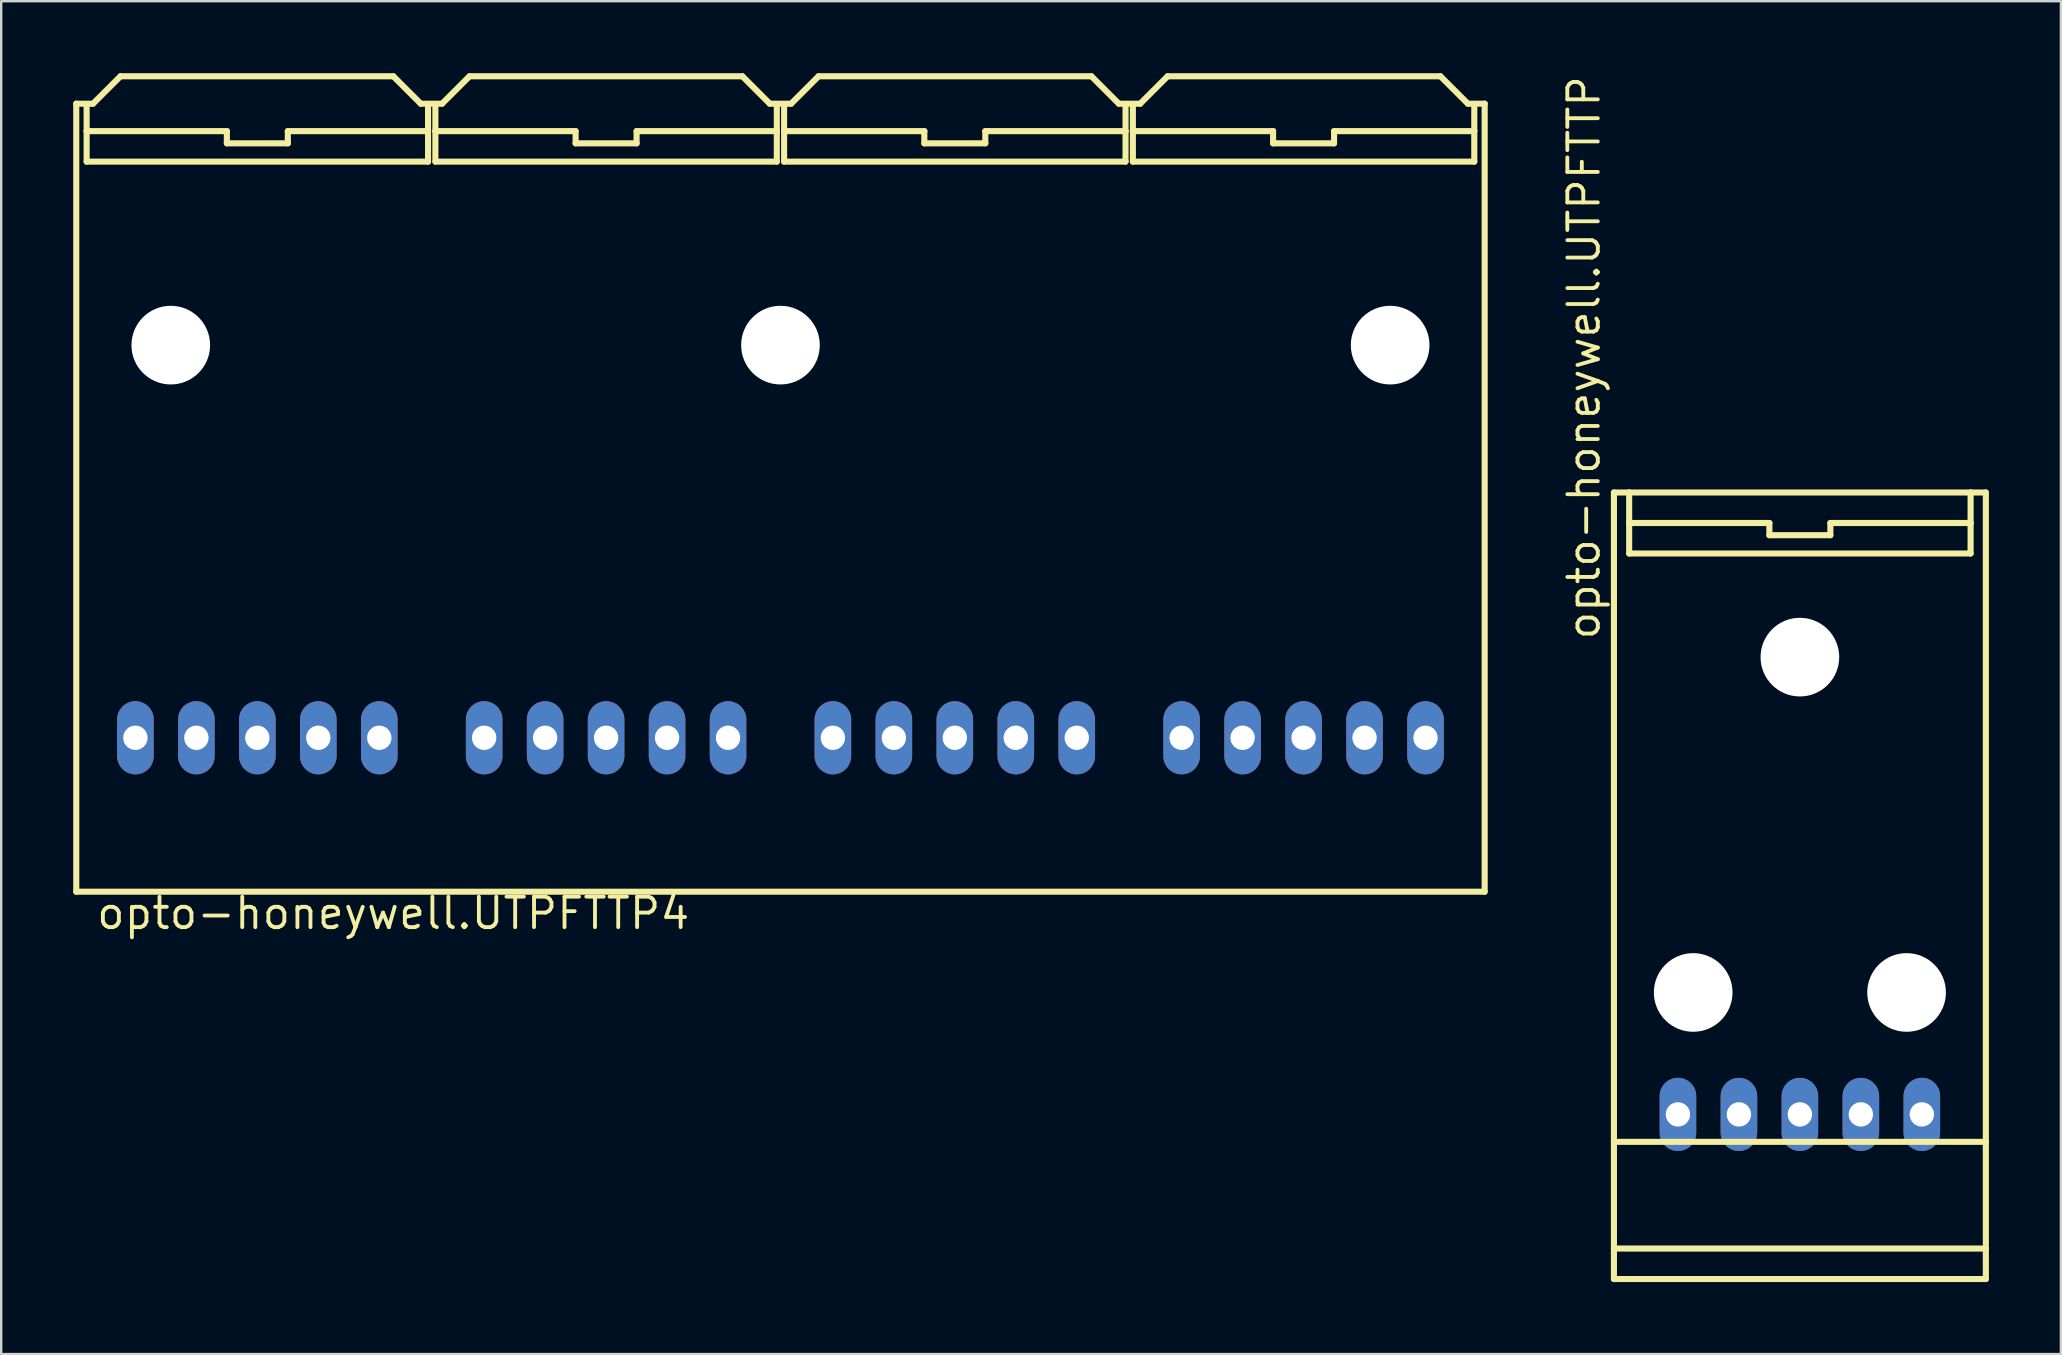
<source format=kicad_pcb>
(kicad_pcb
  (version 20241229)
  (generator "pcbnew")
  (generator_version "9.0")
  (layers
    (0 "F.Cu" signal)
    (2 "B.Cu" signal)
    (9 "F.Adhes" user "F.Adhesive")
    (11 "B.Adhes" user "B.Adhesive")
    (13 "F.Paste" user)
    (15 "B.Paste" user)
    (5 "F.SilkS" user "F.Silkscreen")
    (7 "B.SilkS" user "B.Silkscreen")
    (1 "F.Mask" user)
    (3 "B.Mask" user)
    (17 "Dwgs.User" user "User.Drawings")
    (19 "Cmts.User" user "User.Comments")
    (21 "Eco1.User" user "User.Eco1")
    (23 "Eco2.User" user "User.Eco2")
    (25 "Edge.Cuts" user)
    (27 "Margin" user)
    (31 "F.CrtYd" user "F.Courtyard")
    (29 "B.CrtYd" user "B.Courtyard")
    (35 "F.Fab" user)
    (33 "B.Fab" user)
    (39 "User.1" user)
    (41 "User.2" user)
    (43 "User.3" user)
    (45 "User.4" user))
  (footprint "opto-honeywell.UTPFTTP"
    (layer "F.Cu")
    (at 71.933 33.851)
    (property "Reference" "opto-honeywell.UTPFTTP" (at -8.255 -10.16 90) (layer "F.SilkS") (effects (font (size 1.27 1.27) (thickness 0.16)) (justify left bottom)))
    (attr through_hole)
    (fp_line (start -7.747 -16.383) (end -7.747 10.668) (stroke (width 0.254) (type default)) (layer "F.SilkS"))
    (fp_line (start -7.747 10.668) (end -7.747 15.113) (stroke (width 0.254) (type default)) (layer "F.SilkS"))
    (fp_line (start -7.747 10.668) (end 7.747 10.668) (stroke (width 0.254) (type default)) (layer "F.SilkS"))
    (fp_line (start -7.747 15.113) (end -7.747 16.383) (stroke (width 0.254) (type default)) (layer "F.SilkS"))
    (fp_line (start -7.747 15.113) (end 7.747 15.113) (stroke (width 0.254) (type default)) (layer "F.SilkS"))
    (fp_line (start -7.747 16.383) (end 7.747 16.383) (stroke (width 0.254) (type default)) (layer "F.SilkS"))
    (fp_line (start -7.112 -16.383) (end -7.747 -16.383) (stroke (width 0.254) (type default)) (layer "F.SilkS"))
    (fp_line (start -7.112 -16.383) (end -7.112 -15.113) (stroke (width 0.254) (type default)) (layer "F.SilkS"))
    (fp_line (start -7.112 -15.113) (end -7.112 -13.843) (stroke (width 0.254) (type default)) (layer "F.SilkS"))
    (fp_line (start -1.27 -15.113) (end -7.112 -15.113) (stroke (width 0.254) (type default)) (layer "F.SilkS"))
    (fp_line (start -1.27 -14.605) (end -1.27 -15.113) (stroke (width 0.254) (type default)) (layer "F.SilkS"))
    (fp_line (start 1.27 -15.113) (end 1.27 -14.605) (stroke (width 0.254) (type default)) (layer "F.SilkS"))
    (fp_line (start 1.27 -14.605) (end -1.27 -14.605) (stroke (width 0.254) (type default)) (layer "F.SilkS"))
    (fp_line (start 7.112 -16.383) (end -7.112 -16.383) (stroke (width 0.254) (type default)) (layer "F.SilkS"))
    (fp_line (start 7.112 -15.113) (end 1.27 -15.113) (stroke (width 0.254) (type default)) (layer "F.SilkS"))
    (fp_line (start 7.112 -15.113) (end 7.112 -16.383) (stroke (width 0.254) (type default)) (layer "F.SilkS"))
    (fp_line (start 7.112 -13.843) (end -7.112 -13.843) (stroke (width 0.254) (type default)) (layer "F.SilkS"))
    (fp_line (start 7.112 -13.843) (end 7.112 -15.113) (stroke (width 0.254) (type default)) (layer "F.SilkS"))
    (fp_line (start 7.747 -16.383) (end 7.112 -16.383) (stroke (width 0.254) (type default)) (layer "F.SilkS"))
    (fp_line (start 7.747 10.668) (end 7.747 -16.383) (stroke (width 0.254) (type default)) (layer "F.SilkS"))
    (fp_line (start 7.747 15.113) (end 7.747 10.668) (stroke (width 0.254) (type default)) (layer "F.SilkS"))
    (fp_line (start 7.747 16.383) (end 7.747 15.113) (stroke (width 0.254) (type default)) (layer "F.SilkS"))
    (pad "" np_thru_hole circle (at -4.445 4.445) (size 3.277 3.277) (drill 3.277) (layers "*.Cu" "*.Mask"))
    (pad "" np_thru_hole circle (at 0 -9.525) (size 3.277 3.277) (drill 3.277) (layers "*.Cu" "*.Mask"))
    (pad "" np_thru_hole circle (at 4.445 4.445) (size 3.277 3.277) (drill 3.277) (layers "*.Cu" "*.Mask"))
    (pad "1" thru_hole oval (at -5.08 9.525 90) (size 3.048 1.524) (drill 1.016) (layers "*.Cu" "*.Mask"))
    (pad "2" thru_hole oval (at -2.54 9.525 90) (size 3.048 1.524) (drill 1.016) (layers "*.Cu" "*.Mask"))
    (pad "3" thru_hole oval (at 0 9.525 90) (size 3.048 1.524) (drill 1.016) (layers "*.Cu" "*.Mask"))
    (pad "4" thru_hole oval (at 2.54 9.525 90) (size 3.048 1.524) (drill 1.016) (layers "*.Cu" "*.Mask"))
    (pad "5" thru_hole oval (at 5.08 9.525 90) (size 3.048 1.524) (drill 1.016) (layers "*.Cu" "*.Mask")))
  (footprint "opto-honeywell.UTPFTTP4"
    (layer "F.Cu")
    (at 29.464 27.686)
    (property "Reference" "opto-honeywell.UTPFTTP4" (at -28.575 8.052 0) (layer "F.SilkS") (effects (font (size 1.27 1.27) (thickness 0.16)) (justify left bottom)))
    (attr through_hole)
    (fp_line (start -29.337 6.413) (end -29.337 -26.416) (stroke (width 0.254) (type default)) (layer "F.SilkS"))
    (fp_line (start -28.905 -26.352) (end -28.905 -25.273) (stroke (width 0.254) (type default)) (layer "F.SilkS"))
    (fp_line (start -28.905 -25.273) (end -28.905 -24.003) (stroke (width 0.254) (type default)) (layer "F.SilkS"))
    (fp_line (start -28.639 -26.416) (end -29.337 -26.416) (stroke (width 0.254) (type default)) (layer "F.SilkS"))
    (fp_line (start -28.639 -26.416) (end -27.495 -27.559) (stroke (width 0.254) (type default)) (layer "F.SilkS"))
    (fp_line (start -27.495 -27.559) (end -16.129 -27.559) (stroke (width 0.254) (type default)) (layer "F.SilkS"))
    (fp_line (start -23.063 -25.273) (end -28.905 -25.273) (stroke (width 0.254) (type default)) (layer "F.SilkS"))
    (fp_line (start -23.063 -24.765) (end -23.063 -25.273) (stroke (width 0.254) (type default)) (layer "F.SilkS"))
    (fp_line (start -20.523 -25.273) (end -20.523 -24.765) (stroke (width 0.254) (type default)) (layer "F.SilkS"))
    (fp_line (start -20.523 -24.765) (end -23.063 -24.765) (stroke (width 0.254) (type default)) (layer "F.SilkS"))
    (fp_line (start -16.129 -27.559) (end -14.986 -26.416) (stroke (width 0.254) (type default)) (layer "F.SilkS"))
    (fp_line (start -14.986 -26.416) (end -14.097 -26.416) (stroke (width 0.254) (type default)) (layer "F.SilkS"))
    (fp_line (start -14.681 -25.273) (end -20.523 -25.273) (stroke (width 0.254) (type default)) (layer "F.SilkS"))
    (fp_line (start -14.681 -25.273) (end -14.681 -26.352) (stroke (width 0.254) (type default)) (layer "F.SilkS"))
    (fp_line (start -14.681 -24.003) (end -28.905 -24.003) (stroke (width 0.254) (type default)) (layer "F.SilkS"))
    (fp_line (start -14.681 -24.003) (end -14.681 -25.273) (stroke (width 0.254) (type default)) (layer "F.SilkS"))
    (fp_line (start -14.376 -26.352) (end -14.376 -25.273) (stroke (width 0.254) (type default)) (layer "F.SilkS"))
    (fp_line (start -14.376 -25.273) (end -14.376 -24.003) (stroke (width 0.254) (type default)) (layer "F.SilkS"))
    (fp_line (start -14.097 -26.416) (end -12.954 -27.559) (stroke (width 0.254) (type default)) (layer "F.SilkS"))
    (fp_line (start -12.954 -27.559) (end -1.587 -27.559) (stroke (width 0.254) (type default)) (layer "F.SilkS"))
    (fp_line (start -8.534 -25.273) (end -14.376 -25.273) (stroke (width 0.254) (type default)) (layer "F.SilkS"))
    (fp_line (start -8.534 -24.765) (end -8.534 -25.273) (stroke (width 0.254) (type default)) (layer "F.SilkS"))
    (fp_line (start -5.994 -25.273) (end -5.994 -24.765) (stroke (width 0.254) (type default)) (layer "F.SilkS"))
    (fp_line (start -5.994 -24.765) (end -8.534 -24.765) (stroke (width 0.254) (type default)) (layer "F.SilkS"))
    (fp_line (start -1.587 -27.559) (end -0.445 -26.416) (stroke (width 0.254) (type default)) (layer "F.SilkS"))
    (fp_line (start -0.445 -26.416) (end 0.445 -26.416) (stroke (width 0.254) (type default)) (layer "F.SilkS"))
    (fp_line (start -0.152 -25.273) (end -5.994 -25.273) (stroke (width 0.254) (type default)) (layer "F.SilkS"))
    (fp_line (start -0.152 -25.273) (end -0.152 -26.352) (stroke (width 0.254) (type default)) (layer "F.SilkS"))
    (fp_line (start -0.152 -24.003) (end -14.376 -24.003) (stroke (width 0.254) (type default)) (layer "F.SilkS"))
    (fp_line (start -0.152 -24.003) (end -0.152 -25.273) (stroke (width 0.254) (type default)) (layer "F.SilkS"))
    (fp_line (start 0.152 -26.352) (end 0.152 -25.273) (stroke (width 0.254) (type default)) (layer "F.SilkS"))
    (fp_line (start 0.152 -25.273) (end 0.152 -24.003) (stroke (width 0.254) (type default)) (layer "F.SilkS"))
    (fp_line (start 0.445 -26.416) (end 1.587 -27.559) (stroke (width 0.254) (type default)) (layer "F.SilkS"))
    (fp_line (start 1.587 -27.559) (end 12.954 -27.559) (stroke (width 0.254) (type default)) (layer "F.SilkS"))
    (fp_line (start 5.994 -25.273) (end 0.152 -25.273) (stroke (width 0.254) (type default)) (layer "F.SilkS"))
    (fp_line (start 5.994 -24.765) (end 5.994 -25.273) (stroke (width 0.254) (type default)) (layer "F.SilkS"))
    (fp_line (start 8.534 -25.273) (end 8.534 -24.765) (stroke (width 0.254) (type default)) (layer "F.SilkS"))
    (fp_line (start 8.534 -24.765) (end 5.994 -24.765) (stroke (width 0.254) (type default)) (layer "F.SilkS"))
    (fp_line (start 12.954 -27.559) (end 14.097 -26.416) (stroke (width 0.254) (type default)) (layer "F.SilkS"))
    (fp_line (start 14.097 -26.416) (end 14.986 -26.416) (stroke (width 0.254) (type default)) (layer "F.SilkS"))
    (fp_line (start 14.376 -25.273) (end 8.534 -25.273) (stroke (width 0.254) (type default)) (layer "F.SilkS"))
    (fp_line (start 14.376 -25.273) (end 14.376 -26.352) (stroke (width 0.254) (type default)) (layer "F.SilkS"))
    (fp_line (start 14.376 -24.003) (end 0.152 -24.003) (stroke (width 0.254) (type default)) (layer "F.SilkS"))
    (fp_line (start 14.376 -24.003) (end 14.376 -25.273) (stroke (width 0.254) (type default)) (layer "F.SilkS"))
    (fp_line (start 14.681 -26.352) (end 14.681 -25.273) (stroke (width 0.254) (type default)) (layer "F.SilkS"))
    (fp_line (start 14.681 -25.273) (end 14.681 -24.003) (stroke (width 0.254) (type default)) (layer "F.SilkS"))
    (fp_line (start 14.986 -26.416) (end 16.129 -27.559) (stroke (width 0.254) (type default)) (layer "F.SilkS"))
    (fp_line (start 16.129 -27.559) (end 27.495 -27.559) (stroke (width 0.254) (type default)) (layer "F.SilkS"))
    (fp_line (start 20.523 -25.273) (end 14.681 -25.273) (stroke (width 0.254) (type default)) (layer "F.SilkS"))
    (fp_line (start 20.523 -24.765) (end 20.523 -25.273) (stroke (width 0.254) (type default)) (layer "F.SilkS"))
    (fp_line (start 23.063 -25.273) (end 23.063 -24.765) (stroke (width 0.254) (type default)) (layer "F.SilkS"))
    (fp_line (start 23.063 -24.765) (end 20.523 -24.765) (stroke (width 0.254) (type default)) (layer "F.SilkS"))
    (fp_line (start 27.495 -27.559) (end 28.639 -26.416) (stroke (width 0.254) (type default)) (layer "F.SilkS"))
    (fp_line (start 28.639 -26.416) (end 29.337 -26.416) (stroke (width 0.254) (type default)) (layer "F.SilkS"))
    (fp_line (start 28.905 -25.273) (end 23.063 -25.273) (stroke (width 0.254) (type default)) (layer "F.SilkS"))
    (fp_line (start 28.905 -25.273) (end 28.905 -26.289) (stroke (width 0.254) (type default)) (layer "F.SilkS"))
    (fp_line (start 28.905 -24.003) (end 14.681 -24.003) (stroke (width 0.254) (type default)) (layer "F.SilkS"))
    (fp_line (start 28.905 -24.003) (end 28.905 -25.273) (stroke (width 0.254) (type default)) (layer "F.SilkS"))
    (fp_line (start 29.337 -26.416) (end 29.337 6.413) (stroke (width 0.254) (type default)) (layer "F.SilkS"))
    (fp_line (start 29.337 6.413) (end -29.337 6.413) (stroke (width 0.254) (type default)) (layer "F.SilkS"))
    (pad "" np_thru_hole circle (at -25.4 -16.358) (size 3.277 3.277) (drill 3.277) (layers "*.Cu" "*.Mask"))
    (pad "" np_thru_hole circle (at 0 -16.358) (size 3.277 3.277) (drill 3.277) (layers "*.Cu" "*.Mask"))
    (pad "" np_thru_hole circle (at 25.4 -16.358) (size 3.277 3.277) (drill 3.277) (layers "*.Cu" "*.Mask"))
    (pad "1-1" thru_hole oval (at -26.873 0 90) (size 3.048 1.524) (drill 1.016) (layers "*.Cu" "*.Mask"))
    (pad "1-2" thru_hole oval (at -24.333 0 90) (size 3.048 1.524) (drill 1.016) (layers "*.Cu" "*.Mask"))
    (pad "1-3" thru_hole oval (at -21.793 0 90) (size 3.048 1.524) (drill 1.016) (layers "*.Cu" "*.Mask"))
    (pad "1-4" thru_hole oval (at -19.253 0 90) (size 3.048 1.524) (drill 1.016) (layers "*.Cu" "*.Mask"))
    (pad "1-5" thru_hole oval (at -16.713 0 90) (size 3.048 1.524) (drill 1.016) (layers "*.Cu" "*.Mask"))
    (pad "2-1" thru_hole oval (at -12.344 0 90) (size 3.048 1.524) (drill 1.016) (layers "*.Cu" "*.Mask"))
    (pad "2-2" thru_hole oval (at -9.804 0 90) (size 3.048 1.524) (drill 1.016) (layers "*.Cu" "*.Mask"))
    (pad "2-3" thru_hole oval (at -7.264 0 90) (size 3.048 1.524) (drill 1.016) (layers "*.Cu" "*.Mask"))
    (pad "2-4" thru_hole oval (at -4.724 0 90) (size 3.048 1.524) (drill 1.016) (layers "*.Cu" "*.Mask"))
    (pad "2-5" thru_hole oval (at -2.184 0 90) (size 3.048 1.524) (drill 1.016) (layers "*.Cu" "*.Mask"))
    (pad "3-1" thru_hole oval (at 2.184 0 90) (size 3.048 1.524) (drill 1.016) (layers "*.Cu" "*.Mask"))
    (pad "3-2" thru_hole oval (at 4.724 0 90) (size 3.048 1.524) (drill 1.016) (layers "*.Cu" "*.Mask"))
    (pad "3-3" thru_hole oval (at 7.264 0 90) (size 3.048 1.524) (drill 1.016) (layers "*.Cu" "*.Mask"))
    (pad "3-4" thru_hole oval (at 9.804 0 90) (size 3.048 1.524) (drill 1.016) (layers "*.Cu" "*.Mask"))
    (pad "3-5" thru_hole oval (at 12.344 0 90) (size 3.048 1.524) (drill 1.016) (layers "*.Cu" "*.Mask"))
    (pad "4-1" thru_hole oval (at 16.713 0 90) (size 3.048 1.524) (drill 1.016) (layers "*.Cu" "*.Mask"))
    (pad "4-2" thru_hole oval (at 19.253 0 90) (size 3.048 1.524) (drill 1.016) (layers "*.Cu" "*.Mask"))
    (pad "4-3" thru_hole oval (at 21.793 0 90) (size 3.048 1.524) (drill 1.016) (layers "*.Cu" "*.Mask"))
    (pad "4-4" thru_hole oval (at 24.333 0 90) (size 3.048 1.524) (drill 1.016) (layers "*.Cu" "*.Mask"))
    (pad "4-5" thru_hole oval (at 26.873 0 90) (size 3.048 1.524) (drill 1.016) (layers "*.Cu" "*.Mask")))
  (gr_rect
    (start -3 -3)
    (end 82.807 53.361)
    (stroke (width 0.1) (type default))
    (fill no)
    (layer "Edge.Cuts")))
</source>
